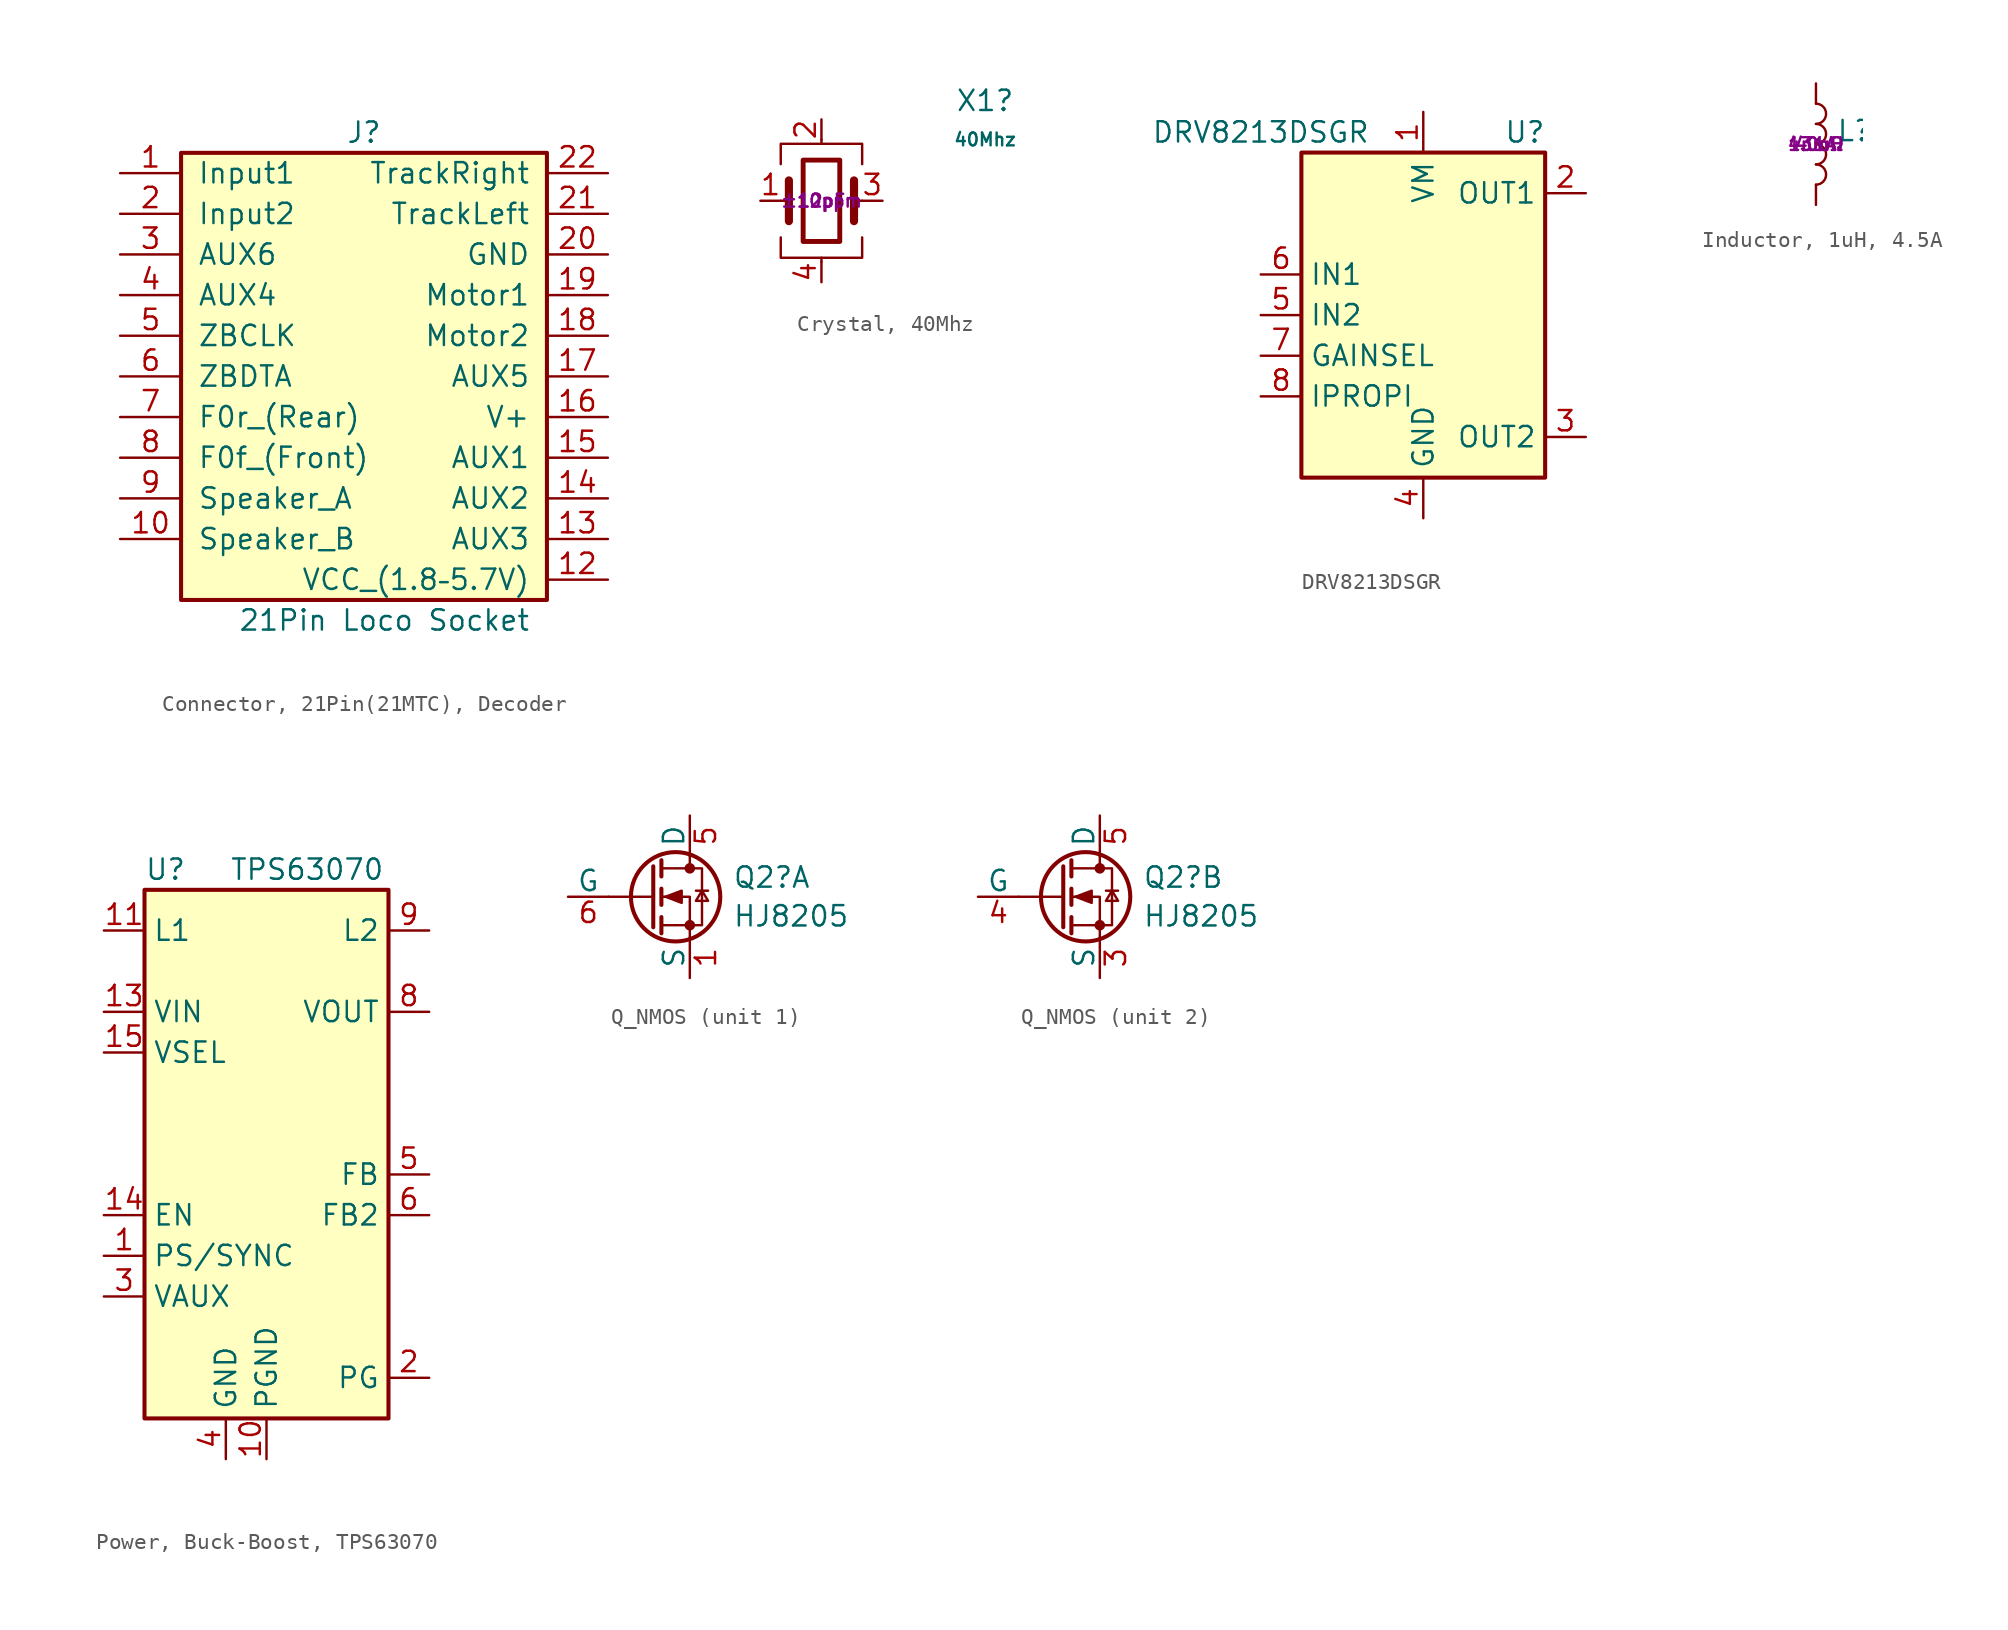
<source format=kicad_sym>
(kicad_symbol_lib
  (version 20241209)
  (generator "kicad_symbol_editor")
  (generator_version "9.0")
  (symbol "Connector, 21Pin(21MTC), Decoder"
    (pin_names
      (offset 1.016))
    (property "Reference" "J"
      (at 0 15.24 0)
      (effects (font (size 1.27 1.27))))
    (property "Value" "21Pin Loco Socket"
      (at 1.27 -15.24 0)
      (effects (font (size 1.27 1.27))))
    (symbol "Connector, 21Pin(21MTC), Decoder_1_1"
      (rectangle (start -11.43 13.97) (end 11.43 -13.97) (stroke (width 0.254) (type default)) (fill (type background)))
      (pin passive line (at -15.24 12.7 0) (length 3.81) (name "Input1" (effects (font (size 1.27 1.27)))) (number "1" (effects (font (size 1.27 1.27)))))
      (pin passive line (at -15.24 10.16 0) (length 3.81) (name "Input2" (effects (font (size 1.27 1.27)))) (number "2" (effects (font (size 1.27 1.27)))))
      (pin passive line (at -15.24 7.62 0) (length 3.81) (name "AUX6" (effects (font (size 1.27 1.27)))) (number "3" (effects (font (size 1.27 1.27)))))
      (pin passive line (at -15.24 5.08 0) (length 3.81) (name "AUX4" (effects (font (size 1.27 1.27)))) (number "4" (effects (font (size 1.27 1.27)))))
      (pin passive line (at -15.24 2.54 0) (length 3.81) (name "ZBCLK" (effects (font (size 1.27 1.27)))) (number "5" (effects (font (size 1.27 1.27)))))
      (pin passive line (at -15.24 0 0) (length 3.81) (name "ZBDTA" (effects (font (size 1.27 1.27)))) (number "6" (effects (font (size 1.27 1.27)))))
      (pin passive line (at -15.24 -2.54 0) (length 3.81) (name "F0r_(Rear)" (effects (font (size 1.27 1.27)))) (number "7" (effects (font (size 1.27 1.27)))))
      (pin passive line (at -15.24 -5.08 0) (length 3.81) (name "F0f_(Front)" (effects (font (size 1.27 1.27)))) (number "8" (effects (font (size 1.27 1.27)))))
      (pin passive line (at -15.24 -7.62 0) (length 3.81) (name "Speaker_A" (effects (font (size 1.27 1.27)))) (number "9" (effects (font (size 1.27 1.27)))))
      (pin passive line (at -15.24 -10.16 0) (length 3.81) (name "Speaker_B" (effects (font (size 1.27 1.27)))) (number "10" (effects (font (size 1.27 1.27)))))
      (pin no_connect line (at -15.24 -12.7 0) (length 3.81) (hide yes) (name "Index" (effects (font (size 1.27 1.27)))) (number "11" (effects (font (size 1.27 1.27)))))
      (pin passive line (at 15.24 12.7 180) (length 3.81) (name "TrackRight" (effects (font (size 1.27 1.27)))) (number "22" (effects (font (size 1.27 1.27)))))
      (pin passive line (at 15.24 10.16 180) (length 3.81) (name "TrackLeft" (effects (font (size 1.27 1.27)))) (number "21" (effects (font (size 1.27 1.27)))))
      (pin passive line (at 15.24 7.62 180) (length 3.81) (name "GND" (effects (font (size 1.27 1.27)))) (number "20" (effects (font (size 1.27 1.27)))))
      (pin passive line (at 15.24 5.08 180) (length 3.81) (name "Motor1" (effects (font (size 1.27 1.27)))) (number "19" (effects (font (size 1.27 1.27)))))
      (pin passive line (at 15.24 2.54 180) (length 3.81) (name "Motor2" (effects (font (size 1.27 1.27)))) (number "18" (effects (font (size 1.27 1.27)))))
      (pin passive line (at 15.24 0 180) (length 3.81) (name "AUX5" (effects (font (size 1.27 1.27)))) (number "17" (effects (font (size 1.27 1.27)))))
      (pin passive line (at 15.24 -2.54 180) (length 3.81) (name "V+" (effects (font (size 1.27 1.27)))) (number "16" (effects (font (size 1.27 1.27)))))
      (pin passive line (at 15.24 -5.08 180) (length 3.81) (name "AUX1" (effects (font (size 1.27 1.27)))) (number "15" (effects (font (size 1.27 1.27)))))
      (pin passive line (at 15.24 -7.62 180) (length 3.81) (name "AUX2" (effects (font (size 1.27 1.27)))) (number "14" (effects (font (size 1.27 1.27)))))
      (pin passive line (at 15.24 -10.16 180) (length 3.81) (name "AUX3" (effects (font (size 1.27 1.27)))) (number "13" (effects (font (size 1.27 1.27)))))
      (pin passive line (at 15.24 -12.7 180) (length 3.81) (name "VCC_(1.8–5.7V)" (effects (font (size 1.27 1.27)))) (number "12" (effects (font (size 1.27 1.27)))))))
  (symbol "Crystal, 40Mhz"
    (pin_names
      (offset 1.016)
      (hide yes))
    (property "Reference" "X1"
      (at 10.211 6.247 0)
      (effects (font (size 1.27 1.27))))
    (property "Value" "40Mhz"
      (at 10.211 3.822 0)
      (effects (font (size 0.8 0.8))))
    (property "CL" "12pF"
      (at 0 0 0)
      (effects (font (size 0.8 0.8))))
    (property "Tolerance" "±10ppm"
      (at 0 0 0)
      (effects (font (size 0.8 0.8))))
    (symbol "Crystal, 40Mhz_0_1"
      (polyline (pts (xy -2.54 2.286) (xy -2.54 3.556) (xy 2.54 3.556) (xy 2.54 2.286)) (stroke (width 0) (type default)) (fill (type none)))
      (polyline (pts (xy -2.54 0) (xy -2.032 0)) (stroke (width 0) (type default)) (fill (type none)))
      (polyline (pts (xy -2.54 -2.286) (xy -2.54 -3.556) (xy 2.54 -3.556) (xy 2.54 -2.286)) (stroke (width 0) (type default)) (fill (type none)))
      (polyline (pts (xy -2.032 -1.27) (xy -2.032 1.27)) (stroke (width 0.508) (type default)) (fill (type none)))
      (rectangle (start -1.143 2.54) (end 1.143 -2.54) (stroke (width 0.305) (type default)) (fill (type none)))
      (polyline (pts (xy 0 3.556) (xy 0 3.81)) (stroke (width 0) (type default)) (fill (type none)))
      (polyline (pts (xy 0 -3.81) (xy 0 -3.556)) (stroke (width 0) (type default)) (fill (type none)))
      (polyline (pts (xy 2.032 0) (xy 2.54 0)) (stroke (width 0) (type default)) (fill (type none)))
      (polyline (pts (xy 2.032 -1.27) (xy 2.032 1.27)) (stroke (width 0.508) (type default)) (fill (type none))))
    (symbol "Crystal, 40Mhz_1_1"
      (pin passive line (at -3.81 0 0) (length 1.27) (name "1" (effects (font (size 1.27 1.27)))) (number "1" (effects (font (size 1.27 1.27)))))
      (pin passive line (at 0 5.08 270) (length 1.27) (name "2" (effects (font (size 1.27 1.27)))) (number "2" (effects (font (size 1.27 1.27)))))
      (pin passive line (at 0 -5.08 90) (length 1.27) (name "4" (effects (font (size 1.27 1.27)))) (number "4" (effects (font (size 1.27 1.27)))))
      (pin passive line (at 3.81 0 180) (length 1.27) (name "3" (effects (font (size 1.27 1.27)))) (number "3" (effects (font (size 1.27 1.27)))))))
  (symbol "DRV8213DSGR"
    (property "Reference" "U"
      (at 6.35 11.43 0)
      (effects (font (size 1.27 1.27))))
    (property "Value" "DRV8213DSGR"
      (at -10.16 11.43 0)
      (effects (font (size 1.27 1.27))))
    (symbol "DRV8213DSGR_0_1"
      (rectangle (start -7.62 10.16) (end 7.62 -10.16) (stroke (width 0.254) (type default)) (fill (type background))))
    (symbol "DRV8213DSGR_1_1"
      (pin input line (at -10.16 2.54 0) (length 2.54) (name "IN1" (effects (font (size 1.27 1.27)))) (number "6" (effects (font (size 1.27 1.27)))))
      (pin input line (at -10.16 0 0) (length 2.54) (name "IN2" (effects (font (size 1.27 1.27)))) (number "5" (effects (font (size 1.27 1.27)))))
      (pin input line (at -10.16 -2.54 0) (length 2.54) (name "GAINSEL" (effects (font (size 1.27 1.27)))) (number "7" (effects (font (size 1.27 1.27)))))
      (pin power_in line (at -10.16 -5.08 0) (length 2.54) (name "IPROPI" (effects (font (size 1.27 1.27)))) (number "8" (effects (font (size 1.27 1.27)))))
      (pin power_in line (at 0 12.7 270) (length 2.54) (name "VM" (effects (font (size 1.27 1.27)))) (number "1" (effects (font (size 1.27 1.27)))))
      (pin power_in line (at 0 -12.7 90) (length 2.54) (name "GND" (effects (font (size 1.27 1.27)))) (number "4" (effects (font (size 1.27 1.27)))))
      (pin passive line (at 0 -12.7 90) (length 2.54) (hide yes) (name "GND" (effects (font (size 1.27 1.27)))) (number "9" (effects (font (size 1.27 1.27)))))
      (pin output line (at 10.16 7.62 180) (length 2.54) (name "OUT1" (effects (font (size 1.27 1.27)))) (number "2" (effects (font (size 1.27 1.27)))))
      (pin output line (at 10.16 -7.62 180) (length 2.54) (name "OUT2" (effects (font (size 1.27 1.27)))) (number "3" (effects (font (size 1.27 1.27)))))))
  (symbol "Inductor, 1uH, 4.5A"
    (pin_numbers
      (hide yes))
    (pin_names
      (offset 0))
    (property "Reference" "L"
      (at 1.267 0.834 0)
      (effects (font (size 1.27 1.27)) (justify left)))
    (property "Inductance" "1.0uH"
      (at 0 0 0)
      (effects (font (size 0.8 0.8))))
    (property "Min Rated Heat Current" "4.1A"
      (at 0 0 0)
      (effects (font (size 0.8 0.8))))
    (property "Max DC Resistance (DCR)" "43mΩ"
      (at 0 0 0)
      (effects (font (size 0.8 0.8))))
    (symbol "Inductor, 1uH, 4.5A_0_1"
      (arc (start 0 2.54) (mid 0.6323 1.905) (end 0 1.27) (stroke (width 0) (type default)) (fill (type none)))
      (arc (start 0 1.27) (mid 0.6323 0.635) (end 0 0) (stroke (width 0) (type default)) (fill (type none)))
      (arc (start 0 0) (mid 0.6323 -0.635) (end 0 -1.27) (stroke (width 0) (type default)) (fill (type none)))
      (arc (start 0 -1.27) (mid 0.6323 -1.905) (end 0 -2.54) (stroke (width 0) (type default)) (fill (type none))))
    (symbol "Inductor, 1uH, 4.5A_1_1"
      (pin passive line (at 0 3.81 270) (length 1.27) (name "~" (effects (font (size 1.27 1.27)))) (number "1" (effects (font (size 1.27 1.27)))))
      (pin passive line (at 0 -3.81 90) (length 1.27) (name "~" (effects (font (size 1.27 1.27)))) (number "2" (effects (font (size 1.27 1.27)))))))
  (symbol "Power, Buck-Boost, TPS63070"
    (property "Reference" "U"
      (at -7.62 19.05 0)
      (effects (font (size 1.27 1.27)) (justify left)))
    (property "Value" "TPS63070"
      (at 2.54 19.05 0)
      (effects (font (size 1.27 1.27))))
    (symbol "Power, Buck-Boost, TPS63070_0_1"
      (rectangle (start -7.62 17.78) (end 7.62 -15.24) (stroke (width 0.254) (type default)) (fill (type background))))
    (symbol "Power, Buck-Boost, TPS63070_1_1"
      (pin input line (at -10.16 15.24 0) (length 2.54) (name "L1" (effects (font (size 1.27 1.27)))) (number "11" (effects (font (size 1.27 1.27)))))
      (pin power_in line (at -10.16 10.16 0) (length 2.54) (name "VIN" (effects (font (size 1.27 1.27)))) (number "13" (effects (font (size 1.27 1.27)))))
      (pin input line (at -10.16 7.62 0) (length 2.54) (name "VSEL" (effects (font (size 1.27 1.27)))) (number "15" (effects (font (size 1.27 1.27)))))
      (pin input line (at -10.16 -2.54 0) (length 2.54) (name "EN" (effects (font (size 1.27 1.27)))) (number "14" (effects (font (size 1.27 1.27)))))
      (pin input line (at -10.16 -5.08 0) (length 2.54) (name "PS/SYNC" (effects (font (size 1.27 1.27)))) (number "1" (effects (font (size 1.27 1.27)))))
      (pin passive line (at -10.16 -7.62 0) (length 2.54) (name "VAUX" (effects (font (size 1.27 1.27)))) (number "3" (effects (font (size 1.27 1.27)))))
      (pin power_in line (at -2.54 -17.78 90) (length 2.54) (name "GND" (effects (font (size 1.27 1.27)))) (number "4" (effects (font (size 1.27 1.27)))))
      (pin power_in line (at 0 -17.78 90) (length 2.54) (name "PGND" (effects (font (size 1.27 1.27)))) (number "10" (effects (font (size 1.27 1.27)))))
      (pin input line (at 10.16 15.24 180) (length 2.54) (name "L2" (effects (font (size 1.27 1.27)))) (number "9" (effects (font (size 1.27 1.27)))))
      (pin power_out line (at 10.16 10.16 180) (length 2.54) (name "VOUT" (effects (font (size 1.27 1.27)))) (number "8" (effects (font (size 1.27 1.27)))))
      (pin input line (at 10.16 0 180) (length 2.54) (name "FB" (effects (font (size 1.27 1.27)))) (number "5" (effects (font (size 1.27 1.27)))))
      (pin input line (at 10.16 -2.54 180) (length 2.54) (name "FB2" (effects (font (size 1.27 1.27)))) (number "6" (effects (font (size 1.27 1.27)))))
      (pin output line (at 10.16 -12.7 180) (length 2.54) (name "PG" (effects (font (size 1.27 1.27)))) (number "2" (effects (font (size 1.27 1.27)))))))
  (symbol "Q_NMOS"
    (pin_names
      (offset 0))
    (property "Reference" "Q2"
      (at 5.207 1.212 0)
      (effects (font (size 1.27 1.27)) (justify left)))
    (property "Value" "HJ8205"
      (at 5.207 -1.212 0)
      (effects (font (size 1.27 1.27)) (justify left)))
    (symbol "Q_NMOS_0_1"
      (polyline (pts (xy 0.254 1.905) (xy 0.254 -1.905)) (stroke (width 0.254) (type default)) (fill (type none)))
      (polyline (pts (xy 0.254 0) (xy -2.54 0)) (stroke (width 0) (type default)) (fill (type none)))
      (polyline (pts (xy 0.762 2.286) (xy 0.762 1.27)) (stroke (width 0.254) (type default)) (fill (type none)))
      (polyline (pts (xy 0.762 0.508) (xy 0.762 -0.508)) (stroke (width 0.254) (type default)) (fill (type none)))
      (polyline (pts (xy 0.762 -1.27) (xy 0.762 -2.286)) (stroke (width 0.254) (type default)) (fill (type none)))
      (polyline (pts (xy 0.762 -1.778) (xy 3.302 -1.778) (xy 3.302 1.778) (xy 0.762 1.778)) (stroke (width 0) (type default)) (fill (type none)))
      (polyline (pts (xy 1.016 0) (xy 2.032 0.381) (xy 2.032 -0.381) (xy 1.016 0)) (stroke (width 0) (type default)) (fill (type outline)))
      (circle (center 1.651 0) (radius 2.794) (stroke (width 0.254) (type default)) (fill (type none)))
      (polyline (pts (xy 2.54 2.54) (xy 2.54 1.778)) (stroke (width 0) (type default)) (fill (type none)))
      (circle (center 2.54 1.778) (radius 0.254) (stroke (width 0) (type default)) (fill (type outline)))
      (circle (center 2.54 -1.778) (radius 0.254) (stroke (width 0) (type default)) (fill (type outline)))
      (polyline (pts (xy 2.54 -2.54) (xy 2.54 0) (xy 0.762 0)) (stroke (width 0) (type default)) (fill (type none)))
      (polyline (pts (xy 2.921 0.381) (xy 3.683 0.381)) (stroke (width 0) (type default)) (fill (type none)))
      (polyline (pts (xy 3.302 0.381) (xy 2.921 -0.254) (xy 3.683 -0.254) (xy 3.302 0.381)) (stroke (width 0) (type default)) (fill (type none))))
    (symbol "Q_NMOS_1_1"
      (pin input line (at -5.08 0 0) (length 2.54) (name "G" (effects (font (size 1.27 1.27)))) (number "6" (effects (font (size 1.27 1.27)))))
      (pin passive line (at 2.54 5.08 270) (length 2.54) (hide yes) (name "D" (effects (font (size 1.27 1.27)))) (number "2" (effects (font (size 1.27 1.27)))))
      (pin passive line (at 2.54 5.08 270) (length 2.54) (name "D" (effects (font (size 1.27 1.27)))) (number "5" (effects (font (size 1.27 1.27)))))
      (pin passive line (at 2.54 -5.08 90) (length 2.54) (name "S" (effects (font (size 1.27 1.27)))) (number "1" (effects (font (size 1.27 1.27))))))
    (symbol "Q_NMOS_2_1"
      (pin input line (at -5.08 0 0) (length 2.54) (name "G" (effects (font (size 1.27 1.27)))) (number "4" (effects (font (size 1.27 1.27)))))
      (pin passive line (at 2.54 5.08 270) (length 2.54) (hide yes) (name "D" (effects (font (size 1.27 1.27)))) (number "2" (effects (font (size 1.27 1.27)))))
      (pin passive line (at 2.54 5.08 270) (length 2.54) (name "D" (effects (font (size 1.27 1.27)))) (number "5" (effects (font (size 1.27 1.27)))))
      (pin passive line (at 2.54 -5.08 90) (length 2.54) (name "S" (effects (font (size 1.27 1.27)))) (number "3" (effects (font (size 1.27 1.27))))))))
</source>
